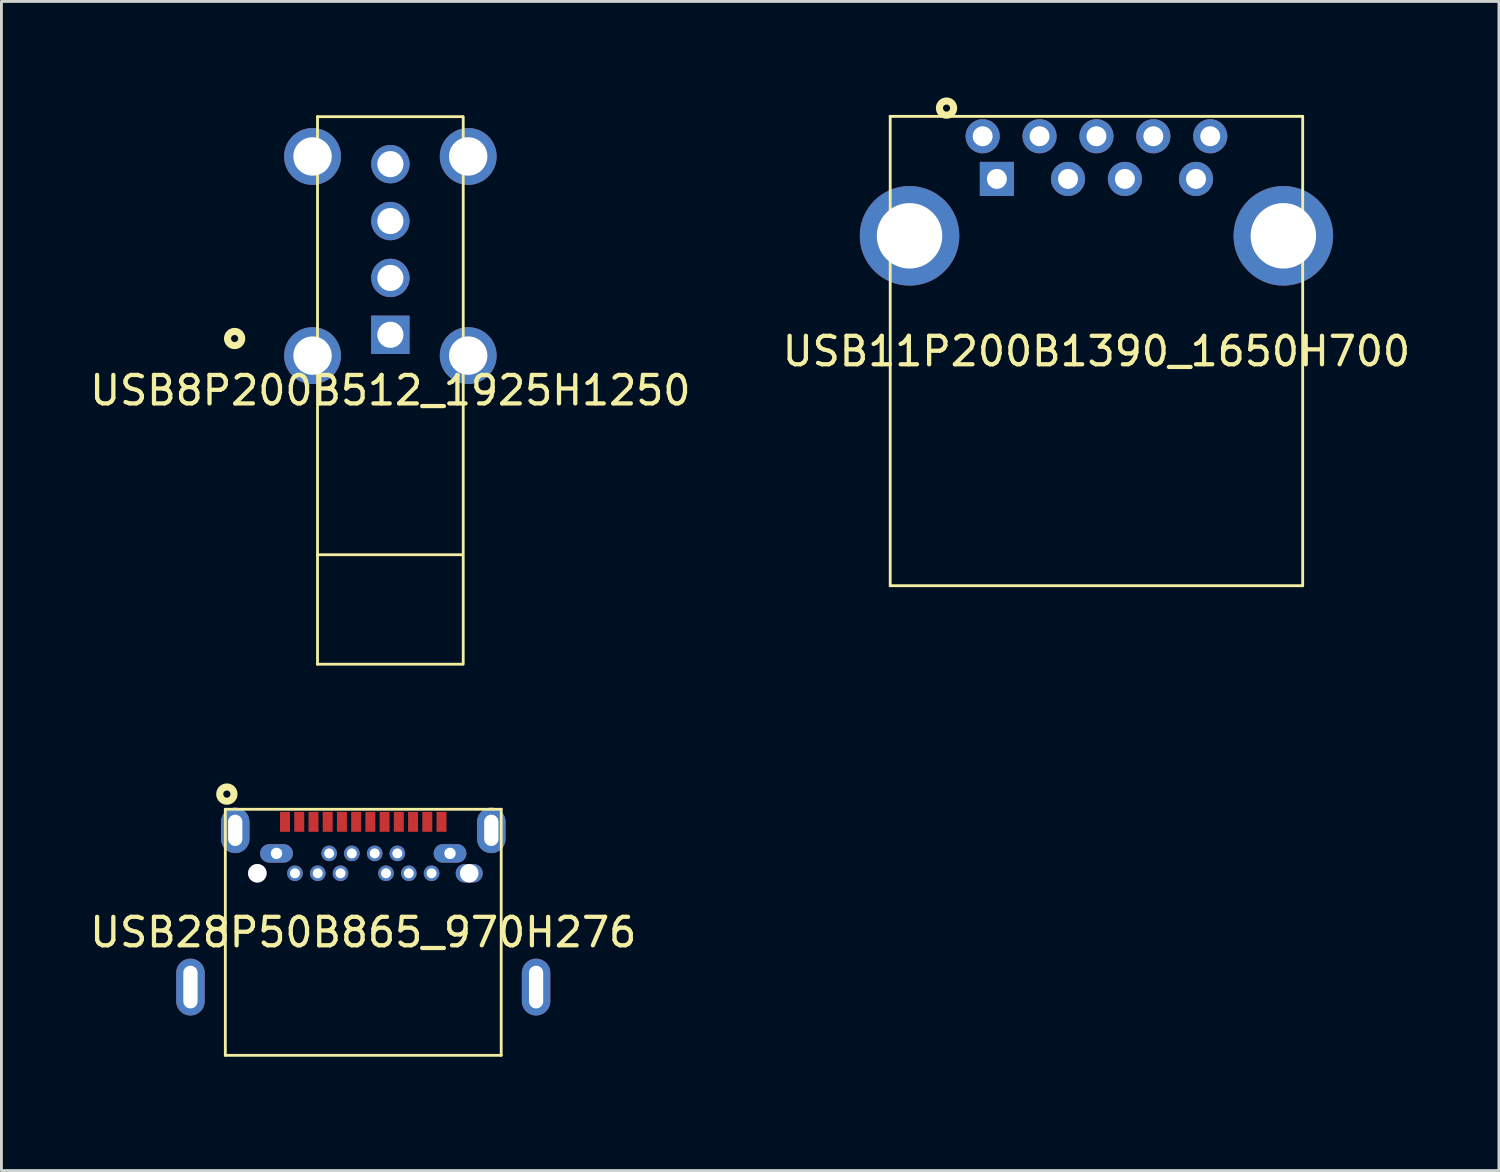
<source format=kicad_pcb>
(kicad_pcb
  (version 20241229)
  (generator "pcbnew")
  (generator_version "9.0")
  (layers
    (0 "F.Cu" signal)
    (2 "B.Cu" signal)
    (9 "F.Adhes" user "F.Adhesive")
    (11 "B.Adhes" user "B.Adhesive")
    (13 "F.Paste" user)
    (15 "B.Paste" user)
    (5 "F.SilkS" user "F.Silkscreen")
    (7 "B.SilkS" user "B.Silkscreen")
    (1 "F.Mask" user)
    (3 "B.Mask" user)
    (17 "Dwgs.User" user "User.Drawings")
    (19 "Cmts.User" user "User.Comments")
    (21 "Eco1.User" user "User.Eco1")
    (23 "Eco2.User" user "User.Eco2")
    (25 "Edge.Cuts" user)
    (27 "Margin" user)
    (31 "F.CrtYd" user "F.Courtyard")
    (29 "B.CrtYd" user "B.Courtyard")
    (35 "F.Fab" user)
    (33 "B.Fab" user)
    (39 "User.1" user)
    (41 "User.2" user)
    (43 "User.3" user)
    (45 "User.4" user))
  (footprint "USB28P50B865_970H276"
    (layer "F.Cu")
    (at 9.72 29.725)
    (property "Reference" "USB28P50B865_970H276" (at 0 0 0) (layer "F.SilkS") (effects (font (size 1 1) (thickness 0.15))))
    (fp_line (start -4.849 4.324) (end -4.849 -4.327) (stroke (width 0.099) (type default)) (layer "F.SilkS"))
    (fp_line (start 4.849 -4.327) (end -4.849 -4.327) (stroke (width 0.099) (type default)) (layer "F.SilkS"))
    (fp_line (start 4.849 4.324) (end -4.849 4.324) (stroke (width 0.099) (type default)) (layer "F.SilkS"))
    (fp_line (start 4.849 4.324) (end 4.849 -4.327) (stroke (width 0.099) (type default)) (layer "F.SilkS"))
    (fp_circle (center -4.795 -4.86) (end -4.544 -4.86) (stroke (width 0.249) (type default)) (fill no) (layer "F.SilkS"))
    (fp_line (start -6.774 5.325) (end -6.774 -5.325) (stroke (width 0.025) (type default)) (layer "User.1"))
    (fp_line (start 4.976 3.674) (end 4.976 0.174) (stroke (width 0.025) (type default)) (layer "User.1"))
    (fp_line (start 6.764 -5.325) (end -6.774 -5.325) (stroke (width 0.025) (type default)) (layer "User.1"))
    (fp_line (start 6.764 5.325) (end -6.774 5.325) (stroke (width 0.025) (type default)) (layer "User.1"))
    (fp_line (start 6.764 5.325) (end 6.764 -5.325) (stroke (width 0.025) (type default)) (layer "User.1"))
    (fp_line (start 7.176 0.174) (end 4.976 0.174) (stroke (width 0.025) (type default)) (layer "User.1"))
    (fp_line (start 7.176 3.674) (end 4.976 3.674) (stroke (width 0.025) (type default)) (layer "User.1"))
    (fp_line (start 7.176 3.674) (end 7.176 0.174) (stroke (width 0.025) (type default)) (layer "User.1"))
    (fp_poly (pts (xy -7.176 3.674) (xy -4.976 3.674) (xy -4.976 0.174) (xy -7.176 0.174)) (stroke (width 0.1) (type default)) (fill no) (layer "User.1"))
    (fp_poly (pts (xy -7.176 3.674) (xy -4.976 3.674) (xy -4.976 0.174) (xy -7.176 0.174)) (stroke (width 0.1) (type default)) (fill no) (layer "User.1"))
    (fp_poly (pts (xy 4.849 4.324) (xy 4.849 -4.327) (xy -4.849 -4.327) (xy -4.849 4.324)) (stroke (width 0.1) (type default)) (fill no) (layer "User.1"))
    (fp_poly (pts (xy 4.849 4.324) (xy 4.849 -4.327) (xy -4.849 -4.327) (xy -4.849 4.324)) (stroke (width 0.1) (type default)) (fill no) (layer "User.1"))
    (fp_poly (pts (xy -5.42 -1.327) (xy -5.42 -4.947) (xy -3.22 -4.947) (xy -3.22 -3.527) (xy 3.22 -3.527) (xy 3.22 -4.947) (xy 5.42 -4.947) (xy 5.42 -1.327)) (stroke (width 0.1) (type default)) (fill no) (layer "User.1"))
    (fp_poly (pts (xy -5.42 -1.327) (xy -5.42 -4.947) (xy -3.22 -4.947) (xy -3.22 -3.527) (xy 3.22 -3.527) (xy 3.22 -4.947) (xy 5.42 -4.947) (xy 5.42 -1.327)) (stroke (width 0.1) (type default)) (fill no) (layer "User.1"))
    (fp_poly (pts (xy -6.774 5.325) (xy -6.774 -5.325) (xy -4.851 -5.325) (xy -4.851 -4.324) (xy -4.849 -4.324) (xy -4.849 4.324) (xy 4.849 4.324) (xy 4.849 -4.327) (xy -4.783 -4.327) (xy -4.783 -5.325) (xy 6.764 -5.325) (xy 6.764 5.325)) (stroke (width 0.1) (type default)) (fill no) (layer "User.1"))
    (fp_poly (pts (xy -6.774 5.325) (xy -6.774 -5.325) (xy -4.851 -5.325) (xy -4.851 -4.324) (xy -4.849 -4.324) (xy -4.849 4.324) (xy 4.849 4.324) (xy 4.849 -4.327) (xy -4.783 -4.327) (xy -4.783 -5.325) (xy 6.764 -5.325) (xy 6.764 5.325)) (stroke (width 0.1) (type default)) (fill no) (layer "User.1"))
    (pad "1" thru_hole oval (at -4.501 -3.585 90) (size 1.6 1.001) (drill oval 1.1 0.5) (layers "*.Cu" "*.Mask"))
    (pad "2" thru_hole oval (at 4.501 -3.585 90) (size 1.6 1.001) (drill oval 1.1 0.5) (layers "*.Cu" "*.Mask"))
    (pad "3" thru_hole oval (at -6.075 1.924 90) (size 1.999 1.001) (drill oval 1.501 0.5) (layers "*.Cu" "*.Mask"))
    (pad "4" thru_hole oval (at 6.075 1.924 90) (size 1.999 1.001) (drill oval 1.501 0.5) (layers "*.Cu" "*.Mask"))
    (pad "5" thru_hole circle (at -3.724 -2.076 90) (size 0.65 0.65) (drill 0.65) (layers "*.Cu" "*.Mask"))
    (pad "6" thru_hole oval (at 3.724 -2.076 90) (size 0.65 0.95) (drill oval 0.65) (layers "*.Cu" "*.Mask"))
    (pad "A1" smd rect (at -2.751 -3.885 90) (size 0.701 0.35) (layers "F.Cu" "F.Mask" "F.Paste"))
    (pad "A2" smd rect (at -2.251 -3.885 90) (size 0.701 0.35) (layers "F.Cu" "F.Mask" "F.Paste"))
    (pad "A3" smd rect (at -1.75 -3.885 90) (size 0.701 0.35) (layers "F.Cu" "F.Mask" "F.Paste"))
    (pad "A4" smd rect (at -1.25 -3.885 90) (size 0.701 0.35) (layers "F.Cu" "F.Mask" "F.Paste"))
    (pad "A5" smd rect (at -0.75 -3.885 90) (size 0.701 0.35) (layers "F.Cu" "F.Mask" "F.Paste"))
    (pad "A6" smd rect (at -0.249 -3.885 90) (size 0.701 0.35) (layers "F.Cu" "F.Mask" "F.Paste"))
    (pad "A7" smd rect (at 0.249 -3.885 90) (size 0.701 0.35) (layers "F.Cu" "F.Mask" "F.Paste"))
    (pad "A8" smd rect (at 0.75 -3.885 90) (size 0.701 0.35) (layers "F.Cu" "F.Mask" "F.Paste"))
    (pad "A9" smd rect (at 1.25 -3.885 90) (size 0.701 0.35) (layers "F.Cu" "F.Mask" "F.Paste"))
    (pad "A10" smd rect (at 1.75 -3.885 90) (size 0.701 0.35) (layers "F.Cu" "F.Mask" "F.Paste"))
    (pad "A11" smd rect (at 2.251 -3.885 90) (size 0.701 0.35) (layers "F.Cu" "F.Mask" "F.Paste"))
    (pad "A12" smd rect (at 2.751 -3.885 90) (size 0.701 0.35) (layers "F.Cu" "F.Mask" "F.Paste"))
    (pad "B1" thru_hole oval (at 3.05 -2.775 90) (size 0.65 1.151) (drill oval 0.399) (layers "*.Cu" "*.Mask"))
    (pad "B2" thru_hole circle (at 2.401 -2.076 90) (size 0.548 0.548) (drill 0.35) (layers "*.Cu" "*.Mask"))
    (pad "B3" thru_hole circle (at 1.6 -2.076 90) (size 0.548 0.548) (drill 0.35) (layers "*.Cu" "*.Mask"))
    (pad "B4" thru_hole circle (at 1.199 -2.775 90) (size 0.548 0.548) (drill 0.35) (layers "*.Cu" "*.Mask"))
    (pad "B5" thru_hole circle (at 0.8 -2.076 90) (size 0.548 0.548) (drill 0.35) (layers "*.Cu" "*.Mask"))
    (pad "B6" thru_hole circle (at 0.402 -2.775 90) (size 0.548 0.548) (drill 0.35) (layers "*.Cu" "*.Mask"))
    (pad "B7" thru_hole circle (at -0.402 -2.775 90) (size 0.548 0.548) (drill 0.35) (layers "*.Cu" "*.Mask"))
    (pad "B8" thru_hole circle (at -0.8 -2.076 90) (size 0.548 0.548) (drill 0.35) (layers "*.Cu" "*.Mask"))
    (pad "B9" thru_hole circle (at -1.199 -2.775 90) (size 0.548 0.548) (drill 0.35) (layers "*.Cu" "*.Mask"))
    (pad "B10" thru_hole circle (at -1.6 -2.076 90) (size 0.548 0.548) (drill 0.35) (layers "*.Cu" "*.Mask"))
    (pad "B11" thru_hole circle (at -2.401 -2.076 90) (size 0.548 0.548) (drill 0.35) (layers "*.Cu" "*.Mask"))
    (pad "B12" thru_hole oval (at -3.05 -2.775 90) (size 0.65 1.151) (drill oval 0.399) (layers "*.Cu" "*.Mask"))
    (zone (net_name "") (layer "Edge.Cuts") (hatch edge 0.5) (connect_pads) (min_thickness 0.25) (filled_areas_thickness no) (keepout (tracks not_allowed) (vias not_allowed) (pads not_allowed) (copperpour not_allowed) (footprints allowed)) (placement (enabled no)) (fill) (polygon (pts (xy 13.297 28.098) (xy 13.237 28.098) (xy 13.18 28.083))))
    (zone (net_name "") (layer "Edge.Cuts") (hatch edge 0.5) (connect_pads) (min_thickness 0.25) (filled_areas_thickness no) (keepout (tracks not_allowed) (vias not_allowed) (pads not_allowed) (copperpour not_allowed) (footprints allowed)) (placement (enabled no)) (fill) (polygon (pts (xy 6.171 27.224) (xy 6.32 27.324) (xy 6.42 27.473) (xy 6.455 27.649) (xy 6.42 27.825) (xy 6.387 27.875) (xy 6.32 27.974) (xy 6.171 28.074) (xy 5.995 28.109) (xy 5.819 28.074) (xy 5.67 27.974) (xy 5.604 27.875) (xy 5.57 27.825) (xy 5.535 27.649) (xy 5.57 27.473) (xy 5.67 27.324) (xy 5.819 27.224) (xy 5.995 27.189)))))
  (footprint "USB8P200B512_1925H1250"
    (layer "F.Cu")
    (at 10.673 10.675)
    (property "Reference" "USB8P200B512_1925H1250" (at 0 0 0) (layer "F.SilkS") (effects (font (size 1 1) (thickness 0.15))))
    (fp_line (start -2.566 -9.624) (end 2.535 -9.624) (stroke (width 0.099) (type default)) (layer "F.SilkS"))
    (fp_line (start -2.566 5.776) (end 2.535 5.776) (stroke (width 0.099) (type default)) (layer "F.SilkS"))
    (fp_line (start -2.566 9.624) (end 2.535 9.624) (stroke (width 0.099) (type default)) (layer "F.SilkS"))
    (fp_line (start -2.561 9.624) (end -2.561 -9.624) (stroke (width 0.099) (type default)) (layer "F.SilkS"))
    (fp_line (start 2.561 9.624) (end 2.561 -9.624) (stroke (width 0.099) (type default)) (layer "F.SilkS"))
    (fp_circle (center -5.475 -1.825) (end -5.225 -1.825) (stroke (width 0.249) (type default)) (fill no) (layer "F.SilkS"))
    (fp_line (start -5.035 -10.625) (end 5.035 -10.625) (stroke (width 0.025) (type default)) (layer "User.1"))
    (fp_line (start -5.035 10.625) (end -5.035 -10.625) (stroke (width 0.025) (type default)) (layer "User.1"))
    (fp_line (start -5.035 10.625) (end 5.035 10.625) (stroke (width 0.025) (type default)) (layer "User.1"))
    (fp_line (start 5.035 10.625) (end 5.035 -10.625) (stroke (width 0.025) (type default)) (layer "User.1"))
    (fp_poly (pts (xy 2.561 -9.624) (xy 2.561 9.624) (xy -2.561 9.624) (xy -2.561 -9.624)) (stroke (width 0.1) (type default)) (fill no) (layer "User.1"))
    (fp_poly (pts (xy 2.561 -9.624) (xy 2.561 9.624) (xy -2.561 9.624) (xy -2.561 -9.624)) (stroke (width 0.1) (type default)) (fill no) (layer "User.1"))
    (fp_poly (pts (xy 5.035 -10.526) (xy 5.035 1.075) (xy -5.035 1.075) (xy -5.035 -10.526)) (stroke (width 0.1) (type default)) (fill no) (layer "User.1"))
    (fp_poly (pts (xy 5.035 -10.526) (xy 5.035 1.075) (xy -5.035 1.075) (xy -5.035 -10.526)) (stroke (width 0.1) (type default)) (fill no) (layer "User.1"))
    (fp_poly (pts (xy 5.035 -10.625) (xy 5.035 10.625) (xy 2.561 10.625) (xy 2.561 9.624) (xy 2.561 -9.601) (xy 2.561 -9.624) (xy 2.535 -9.624) (xy -2.561 -9.624) (xy -2.561 9.624) (xy 2.418 9.624) (xy 2.418 10.625) (xy -5.035 10.625) (xy -5.035 -10.625)) (stroke (width 0.1) (type default)) (fill no) (layer "User.1"))
    (fp_poly (pts (xy 5.035 -10.625) (xy 5.035 10.625) (xy 2.561 10.625) (xy 2.561 9.624) (xy 2.561 -9.601) (xy 2.561 -9.624) (xy 2.535 -9.624) (xy -2.561 -9.624) (xy -2.561 9.624) (xy 2.418 9.624) (xy 2.418 10.625) (xy -5.035 10.625) (xy -5.035 -10.625)) (stroke (width 0.1) (type default)) (fill no) (layer "User.1"))
    (pad "1" thru_hole rect (at 0 -1.956) (size 1.349 1.349) (drill 0.919) (layers "*.Cu" "*.Mask"))
    (pad "2" thru_hole circle (at 0 -3.955) (size 1.349 1.349) (drill 0.919) (layers "*.Cu" "*.Mask"))
    (pad "3" thru_hole circle (at 0 -5.954) (size 1.349 1.349) (drill 0.919) (layers "*.Cu" "*.Mask"))
    (pad "4" thru_hole circle (at 0 -7.955) (size 1.349 1.349) (drill 0.919) (layers "*.Cu" "*.Mask"))
    (pad "5" thru_hole circle (at -2.736 -8.225) (size 1.999 1.999) (drill 1.349) (layers "*.Cu" "*.Mask"))
    (pad "6" thru_hole circle (at 2.736 -8.225) (size 1.999 1.999) (drill 1.349) (layers "*.Cu" "*.Mask"))
    (pad "7" thru_hole circle (at -2.736 -1.224) (size 1.999 1.999) (drill 1.349) (layers "*.Cu" "*.Mask"))
    (pad "8" thru_hole circle (at 2.736 -1.224) (size 1.999 1.999) (drill 1.349) (layers "*.Cu" "*.Mask")))
  (footprint "USB11P200B1390_1650H700"
    (layer "F.Cu")
    (at 35.494 9.3)
    (property "Reference" "USB11P200B1390_1650H700" (at 0 0 0) (layer "F.SilkS") (effects (font (size 1 1) (thickness 0.15))))
    (fp_line (start -7.25 -8.26) (end 7.25 -8.26) (stroke (width 0.1) (type default)) (layer "F.SilkS"))
    (fp_line (start -7.25 8.24) (end -7.25 -8.26) (stroke (width 0.1) (type default)) (layer "F.SilkS"))
    (fp_line (start -7.25 8.24) (end 7.25 8.24) (stroke (width 0.1) (type default)) (layer "F.SilkS"))
    (fp_line (start 7.25 8.24) (end 7.25 -8.26) (stroke (width 0.1) (type default)) (layer "F.SilkS"))
    (fp_circle (center -5.27 -8.55) (end -5.02 -8.55) (stroke (width 0.25) (type default)) (fill no) (layer "F.SilkS"))
    (fp_line (start -8.25 -9.25) (end 8.25 -9.25) (stroke (width 0.025) (type default)) (layer "User.1"))
    (fp_line (start -8.25 9.25) (end -8.25 -9.25) (stroke (width 0.025) (type default)) (layer "User.1"))
    (fp_line (start -8.25 9.25) (end 8.25 9.25) (stroke (width 0.025) (type default)) (layer "User.1"))
    (fp_line (start 8.25 -8.241) (end 8.25 -9.25) (stroke (width 0.025) (type default)) (layer "User.1"))
    (fp_line (start 8.25 9.25) (end 8.25 -8.25) (stroke (width 0.025) (type default)) (layer "User.1"))
    (fp_poly (pts (xy -7.24 -8.25) (xy -7.24 8.24) (xy 7.25 8.24) (xy 7.25 -8.25)) (stroke (width 0.1) (type default)) (fill no) (layer "User.1"))
    (fp_poly (pts (xy -7.24 -8.25) (xy -7.24 8.24) (xy 7.25 8.24) (xy 7.25 -8.25)) (stroke (width 0.1) (type default)) (fill no) (layer "User.1"))
    (fp_poly (pts (xy 8.25 -9.25) (xy 8.25 9.25) (xy -8.25 9.25) (xy -8.25 -9.25) (xy 7.25 -9.25) (xy 7.25 -8.31) (xy -7.3 -8.31) (xy -7.3 8.29) (xy 7.3 8.29) (xy 7.3 -9.25)) (stroke (width 0.1) (type default)) (fill no) (layer "User.1"))
    (fp_poly (pts (xy 8.25 -9.25) (xy 8.25 9.25) (xy -8.25 9.25) (xy -8.25 -9.25) (xy 7.25 -9.25) (xy 7.25 -8.31) (xy -7.3 -8.31) (xy -7.3 8.29) (xy 7.3 8.29) (xy 7.3 -9.25)) (stroke (width 0.1) (type default)) (fill no) (layer "User.1"))
    (fp_poly (pts (xy -3.855 -4.499) (xy -3.817 -4.268) (xy -3.822 -3.798) (xy -3.906 -3.336) (xy -4.067 -2.896) (xy -4.301 -2.488) (xy -4.599 -2.126) (xy -4.956 -1.821) (xy -5.359 -1.579) (xy -5.796 -1.41) (xy -6.256 -1.317) (xy -6.726 -1.304) (xy -7.191 -1.37) (xy -7.637 -1.514) (xy -8.053 -1.732) (xy -8.426 -2.017) (xy -8.745 -2.361) (xy -9.002 -2.755) (xy -9.188 -3.186) (xy -9.297 -3.642) (xy -9.329 -4.111) (xy -9.28 -4.577) (xy -9.153 -5.029) (xy -8.952 -5.453) (xy -8.681 -5.837) (xy -8.35 -6.168) (xy -7.966 -6.44) (xy -7.543 -6.642) (xy -7.091 -6.769) (xy -6.624 -6.819) (xy -6.155 -6.788) (xy -5.699 -6.678) (xy -5.268 -6.493) (xy -5.071 -6.365) (xy -5.071 -6.366) (xy -5.071 -6.367) (xy -5.071 -6.369) (xy -5.07 -6.37) (xy -5.07 -6.37) (xy -5.185 -6.473) (xy -5.372 -6.721) (xy -5.506 -6.999) (xy -5.587 -7.298) (xy -5.607 -7.606) (xy -5.569 -7.913) (xy -5.471 -8.207) (xy -5.321 -8.477) (xy -5.12 -8.713) (xy -4.878 -8.906) (xy -4.604 -9.05) (xy -4.308 -9.138) (xy -3.999 -9.168) (xy -3.692 -9.138) (xy -3.395 -9.05) (xy -3.121 -8.906) (xy -3 -8.809) (xy -2.894 -8.894) (xy -2.658 -9.025) (xy -2.402 -9.114) (xy -2.135 -9.16) (xy -1.865 -9.16) (xy -1.598 -9.114) (xy -1.343 -9.025) (xy -1.105 -8.894) (xy -1 -8.809) (xy -0.894 -8.894) (xy -0.657 -9.025) (xy -0.402 -9.114) (xy -0.136 -9.16) (xy 0.136 -9.16) (xy 0.402 -9.114) (xy 0.657 -9.025) (xy 0.894 -8.894) (xy 1 -8.809) (xy 1.105 -8.894) (xy 1.343 -9.025) (xy 1.598 -9.114) (xy 1.865 -9.16) (xy 2.135 -9.16) (xy 2.402 -9.114) (xy 2.658 -9.025) (xy 2.894 -8.894) (xy 3 -8.809) (xy 3.121 -8.906) (xy 3.395 -9.05) (xy 3.692 -9.138) (xy 3.999 -9.168) (xy 4.308 -9.138) (xy 4.604 -9.05) (xy 4.878 -8.906) (xy 5.12 -8.713) (xy 5.321 -8.477) (xy 5.471 -8.207) (xy 5.569 -7.913) (xy 5.607 -7.606) (xy 5.587 -7.298) (xy 5.506 -6.999) (xy 5.372 -6.721) (xy 5.185 -6.473) (xy 5.07 -6.37) (xy 5.07 -6.37) (xy 5.071 -6.369) (xy 5.071 -6.367) (xy 5.071 -6.366) (xy 5.071 -6.365) (xy 5.268 -6.493) (xy 5.699 -6.678) (xy 6.155 -6.788) (xy 6.624 -6.819) (xy 7.091 -6.77) (xy 7.543 -6.643) (xy 7.966 -6.441) (xy 8.35 -6.17) (xy 8.681 -5.837) (xy 8.952 -5.454) (xy 9.154 -5.029) (xy 9.281 -4.578) (xy 9.329 -4.111) (xy 9.298 -3.643) (xy 9.188 -3.186) (xy 9.002 -2.755) (xy 8.745 -2.362) (xy 8.426 -2.018) (xy 8.053 -1.732) (xy 7.637 -1.515) (xy 7.191 -1.371) (xy 6.726 -1.304) (xy 6.256 -1.318) (xy 5.796 -1.411) (xy 5.359 -1.581) (xy 4.955 -1.822) (xy 4.599 -2.128) (xy 4.301 -2.49) (xy 4.067 -2.897) (xy 3.906 -3.338) (xy 3.822 -3.8) (xy 3.818 -4.269) (xy 3.856 -4.501) (xy 3.747 -4.476) (xy 3.522 -4.457) (xy 3.299 -4.47) (xy 3.078 -4.513) (xy 2.866 -4.588) (xy 2.667 -4.691) (xy 2.483 -4.821) (xy 2.32 -4.974) (xy 2.25 -5.062) (xy 2.151 -4.939) (xy 1.911 -4.736) (xy 1.635 -4.583) (xy 1.333 -4.488) (xy 1.02 -4.453) (xy 0.706 -4.48) (xy 0.403 -4.567) (xy 0.123 -4.713) (xy 0 -4.811) (xy -0.123 -4.713) (xy -0.403 -4.567) (xy -0.706 -4.479) (xy -1.02 -4.452) (xy -1.333 -4.487) (xy -1.634 -4.582) (xy -1.911 -4.735) (xy -2.151 -4.938) (xy -2.25 -5.061) (xy -2.32 -4.973) (xy -2.483 -4.819) (xy -2.666 -4.689) (xy -2.865 -4.587) (xy -3.078 -4.512) (xy -3.297 -4.468) (xy -3.522 -4.455) (xy -3.745 -4.474)) (stroke (width 0.1) (type default)) (fill no) (layer "User.1"))
    (fp_poly (pts (arc (start -3.855 -4.499) (mid -8.873437 -2.558319) (end -5.071 -6.365)) (arc (start -5.07 -6.37) (mid -5.220121 -8.595521) (end -3 -8.809)) (arc (start -3 -8.809) (mid -2 -9.16) (end -1 -8.809)) (arc (start -1 -8.809) (mid 0 -9.16) (end 1 -8.809)) (arc (start 1 -8.809) (mid 2 -9.16) (end 3 -8.809)) (arc (start 3 -8.809) (mid 5.219883 -8.595319) (end 5.07 -6.37)) (arc (start 5.071 -6.365) (mid 8.873449 -2.558618) (end 3.856 -4.501)) (arc (start 3.856 -4.501) (mid 2.972288 -4.550419) (end 2.25 -5.062)) (arc (start 2.25 -5.062) (mid 1.176837 -4.470121) (end 0 -4.8115)) (arc (start 0 -4.8115) (mid -1.17657 -4.470165) (end -2.25 -5.061)) (arc (start -2.25 -5.061) (mid -2.97167 -4.549172) (end -3.855 -4.499))) (stroke (width 0.1) (type default)) (fill no) (layer "User.1"))
    (pad "1" thru_hole rect (at -3.5 -6.06) (size 1.2 1.2) (drill 0.7) (layers "*.Cu" "*.Mask"))
    (pad "2" thru_hole circle (at -1 -6.06) (size 1.2 1.2) (drill 0.7) (layers "*.Cu" "*.Mask"))
    (pad "3" thru_hole circle (at 1 -6.06) (size 1.2 1.2) (drill 0.7) (layers "*.Cu" "*.Mask"))
    (pad "4" thru_hole circle (at 3.5 -6.06) (size 1.2 1.2) (drill 0.7) (layers "*.Cu" "*.Mask"))
    (pad "5" thru_hole circle (at 4 -7.56) (size 1.2 1.2) (drill 0.7) (layers "*.Cu" "*.Mask"))
    (pad "6" thru_hole circle (at 2 -7.56) (size 1.2 1.2) (drill 0.7) (layers "*.Cu" "*.Mask"))
    (pad "7" thru_hole circle (at 0 -7.56) (size 1.2 1.2) (drill 0.7) (layers "*.Cu" "*.Mask"))
    (pad "8" thru_hole circle (at -2 -7.56) (size 1.2 1.2) (drill 0.7) (layers "*.Cu" "*.Mask"))
    (pad "9" thru_hole circle (at -4 -7.56) (size 1.2 1.2) (drill 0.7) (layers "*.Cu" "*.Mask"))
    (pad "10" thru_hole circle (at -6.57 -4.06) (size 3.5 3.5) (drill 2.301) (layers "*.Cu" "*.Mask"))
    (pad "11" thru_hole circle (at 6.57 -4.06) (size 3.5 3.5) (drill 2.301) (layers "*.Cu" "*.Mask")))
  (gr_rect
    (start -3 -3)
    (end 49.643 38.1)
    (stroke (width 0.1) (type default))
    (fill no)
    (layer "Edge.Cuts")))
</source>
